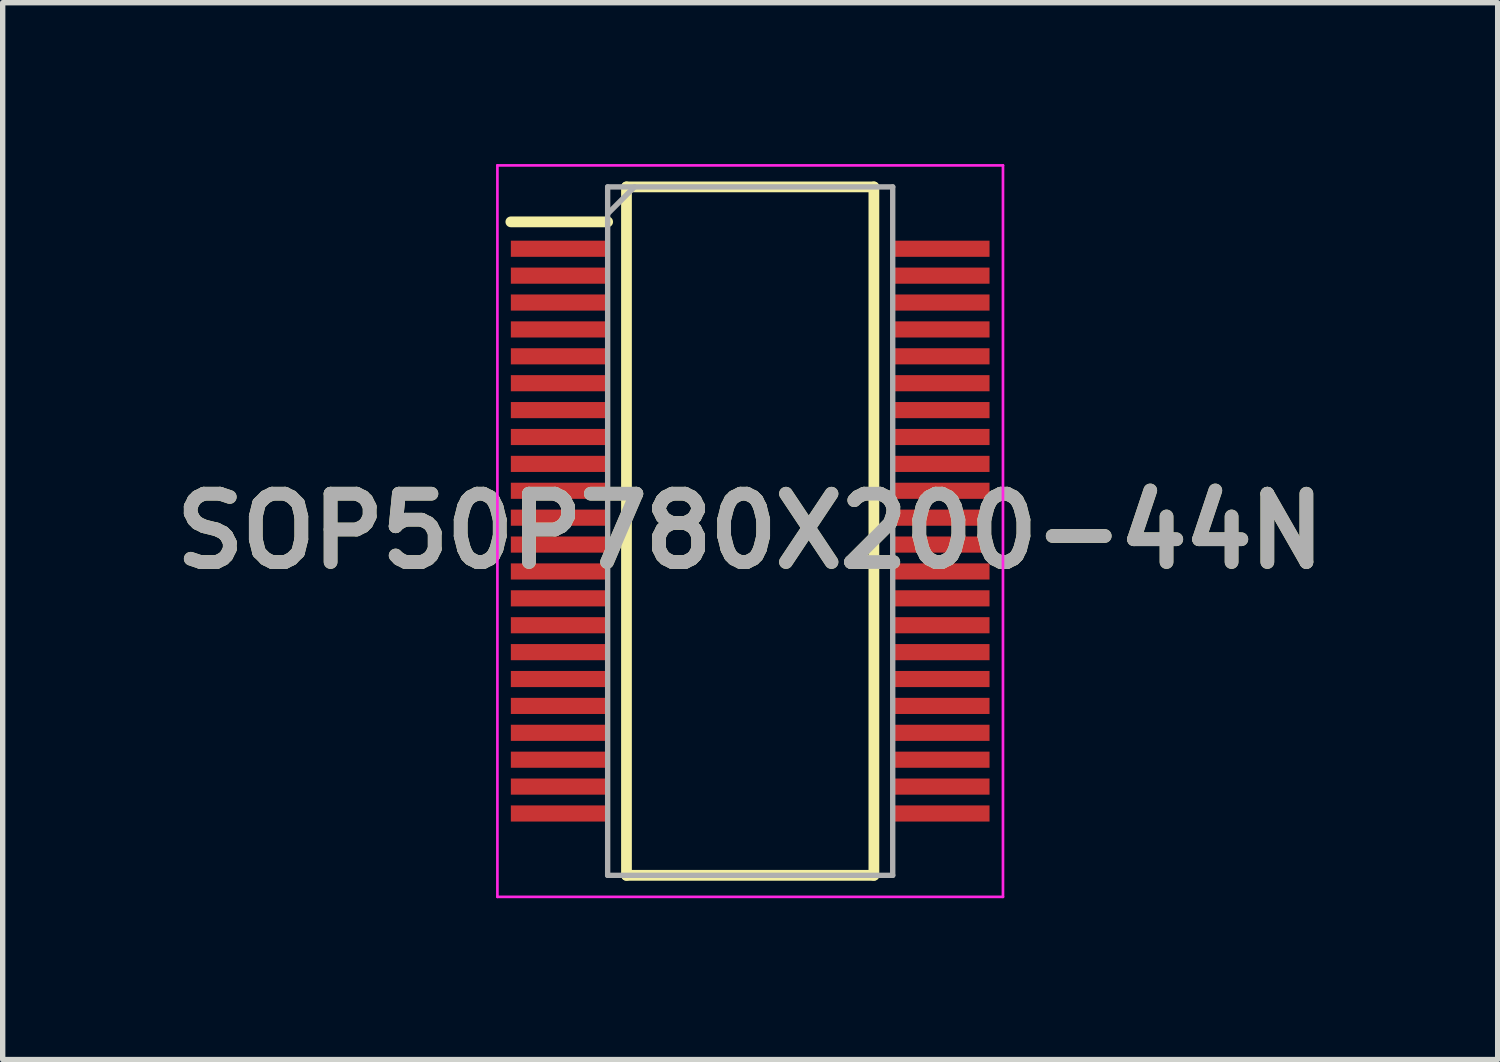
<source format=kicad_pcb>
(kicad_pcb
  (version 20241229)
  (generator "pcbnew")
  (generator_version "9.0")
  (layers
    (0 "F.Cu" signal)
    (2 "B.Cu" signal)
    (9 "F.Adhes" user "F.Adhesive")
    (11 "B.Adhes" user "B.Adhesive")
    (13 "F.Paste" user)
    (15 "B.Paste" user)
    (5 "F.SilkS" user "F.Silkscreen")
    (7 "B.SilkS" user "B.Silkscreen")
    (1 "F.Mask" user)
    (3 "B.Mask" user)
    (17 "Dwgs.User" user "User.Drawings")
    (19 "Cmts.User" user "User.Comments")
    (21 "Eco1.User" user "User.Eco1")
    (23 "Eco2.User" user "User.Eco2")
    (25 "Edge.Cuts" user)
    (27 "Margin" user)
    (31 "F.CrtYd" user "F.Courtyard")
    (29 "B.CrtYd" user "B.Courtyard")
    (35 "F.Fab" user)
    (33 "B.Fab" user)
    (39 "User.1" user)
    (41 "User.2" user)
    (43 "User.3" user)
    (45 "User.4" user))
  (footprint "SOP50P780X200-44N"
    (layer "F.Cu")
    (at 10.898 6.825)
    (property "Reference" "SOP50P780X200-44N" (at 0 0 0) (layer "F.SilkS") (effects (font (size 1.27 1.27) (thickness 0.254))))
    (attr smd)
    (fp_line (start -4.45 -5.75) (end -2.65 -5.75) (stroke (width 0.2) (type solid)) (layer "F.SilkS"))
    (fp_line (start -2.3 -6.4) (end 2.3 -6.4) (stroke (width 0.2) (type solid)) (layer "F.SilkS"))
    (fp_line (start -2.3 6.4) (end -2.3 -6.4) (stroke (width 0.2) (type solid)) (layer "F.SilkS"))
    (fp_line (start 2.3 -6.4) (end 2.3 6.4) (stroke (width 0.2) (type solid)) (layer "F.SilkS"))
    (fp_line (start 2.3 6.4) (end -2.3 6.4) (stroke (width 0.2) (type solid)) (layer "F.SilkS"))
    (fp_line (start -4.7 -6.8) (end 4.7 -6.8) (stroke (width 0.05) (type solid)) (layer "F.CrtYd"))
    (fp_line (start -4.7 6.8) (end -4.7 -6.8) (stroke (width 0.05) (type solid)) (layer "F.CrtYd"))
    (fp_line (start 4.7 -6.8) (end 4.7 6.8) (stroke (width 0.05) (type solid)) (layer "F.CrtYd"))
    (fp_line (start 4.7 6.8) (end -4.7 6.8) (stroke (width 0.05) (type solid)) (layer "F.CrtYd"))
    (fp_line (start -2.65 -6.4) (end 2.65 -6.4) (stroke (width 0.1) (type solid)) (layer "F.Fab"))
    (fp_line (start -2.65 -5.9) (end -2.15 -6.4) (stroke (width 0.1) (type solid)) (layer "F.Fab"))
    (fp_line (start -2.65 6.4) (end -2.65 -6.4) (stroke (width 0.1) (type solid)) (layer "F.Fab"))
    (fp_line (start 2.65 -6.4) (end 2.65 6.4) (stroke (width 0.1) (type solid)) (layer "F.Fab"))
    (fp_line (start 2.65 6.4) (end -2.65 6.4) (stroke (width 0.1) (type solid)) (layer "F.Fab"))
    (fp_text user "${REFERENCE}" (at 0 0 0) (layer "F.Fab") (effects (font (size 1.27 1.27) (thickness 0.254))))
    (pad "1" smd rect (at -3.55 -5.25 90) (size 0.3 1.8) (layers "F.Cu" "F.Mask" "F.Paste"))
    (pad "2" smd rect (at -3.55 -4.75 90) (size 0.3 1.8) (layers "F.Cu" "F.Mask" "F.Paste"))
    (pad "3" smd rect (at -3.55 -4.25 90) (size 0.3 1.8) (layers "F.Cu" "F.Mask" "F.Paste"))
    (pad "4" smd rect (at -3.55 -3.75 90) (size 0.3 1.8) (layers "F.Cu" "F.Mask" "F.Paste"))
    (pad "5" smd rect (at -3.55 -3.25 90) (size 0.3 1.8) (layers "F.Cu" "F.Mask" "F.Paste"))
    (pad "6" smd rect (at -3.55 -2.75 90) (size 0.3 1.8) (layers "F.Cu" "F.Mask" "F.Paste"))
    (pad "7" smd rect (at -3.55 -2.25 90) (size 0.3 1.8) (layers "F.Cu" "F.Mask" "F.Paste"))
    (pad "8" smd rect (at -3.55 -1.75 90) (size 0.3 1.8) (layers "F.Cu" "F.Mask" "F.Paste"))
    (pad "9" smd rect (at -3.55 -1.25 90) (size 0.3 1.8) (layers "F.Cu" "F.Mask" "F.Paste"))
    (pad "10" smd rect (at -3.55 -0.75 90) (size 0.3 1.8) (layers "F.Cu" "F.Mask" "F.Paste"))
    (pad "11" smd rect (at -3.55 -0.25 90) (size 0.3 1.8) (layers "F.Cu" "F.Mask" "F.Paste"))
    (pad "12" smd rect (at -3.55 0.25 90) (size 0.3 1.8) (layers "F.Cu" "F.Mask" "F.Paste"))
    (pad "13" smd rect (at -3.55 0.75 90) (size 0.3 1.8) (layers "F.Cu" "F.Mask" "F.Paste"))
    (pad "14" smd rect (at -3.55 1.25 90) (size 0.3 1.8) (layers "F.Cu" "F.Mask" "F.Paste"))
    (pad "15" smd rect (at -3.55 1.75 90) (size 0.3 1.8) (layers "F.Cu" "F.Mask" "F.Paste"))
    (pad "16" smd rect (at -3.55 2.25 90) (size 0.3 1.8) (layers "F.Cu" "F.Mask" "F.Paste"))
    (pad "17" smd rect (at -3.55 2.75 90) (size 0.3 1.8) (layers "F.Cu" "F.Mask" "F.Paste"))
    (pad "18" smd rect (at -3.55 3.25 90) (size 0.3 1.8) (layers "F.Cu" "F.Mask" "F.Paste"))
    (pad "19" smd rect (at -3.55 3.75 90) (size 0.3 1.8) (layers "F.Cu" "F.Mask" "F.Paste"))
    (pad "20" smd rect (at -3.55 4.25 90) (size 0.3 1.8) (layers "F.Cu" "F.Mask" "F.Paste"))
    (pad "21" smd rect (at -3.55 4.75 90) (size 0.3 1.8) (layers "F.Cu" "F.Mask" "F.Paste"))
    (pad "22" smd rect (at -3.55 5.25 90) (size 0.3 1.8) (layers "F.Cu" "F.Mask" "F.Paste"))
    (pad "23" smd rect (at 3.55 5.25 90) (size 0.3 1.8) (layers "F.Cu" "F.Mask" "F.Paste"))
    (pad "24" smd rect (at 3.55 4.75 90) (size 0.3 1.8) (layers "F.Cu" "F.Mask" "F.Paste"))
    (pad "25" smd rect (at 3.55 4.25 90) (size 0.3 1.8) (layers "F.Cu" "F.Mask" "F.Paste"))
    (pad "26" smd rect (at 3.55 3.75 90) (size 0.3 1.8) (layers "F.Cu" "F.Mask" "F.Paste"))
    (pad "27" smd rect (at 3.55 3.25 90) (size 0.3 1.8) (layers "F.Cu" "F.Mask" "F.Paste"))
    (pad "28" smd rect (at 3.55 2.75 90) (size 0.3 1.8) (layers "F.Cu" "F.Mask" "F.Paste"))
    (pad "29" smd rect (at 3.55 2.25 90) (size 0.3 1.8) (layers "F.Cu" "F.Mask" "F.Paste"))
    (pad "30" smd rect (at 3.55 1.75 90) (size 0.3 1.8) (layers "F.Cu" "F.Mask" "F.Paste"))
    (pad "31" smd rect (at 3.55 1.25 90) (size 0.3 1.8) (layers "F.Cu" "F.Mask" "F.Paste"))
    (pad "32" smd rect (at 3.55 0.75 90) (size 0.3 1.8) (layers "F.Cu" "F.Mask" "F.Paste"))
    (pad "33" smd rect (at 3.55 0.25 90) (size 0.3 1.8) (layers "F.Cu" "F.Mask" "F.Paste"))
    (pad "34" smd rect (at 3.55 -0.25 90) (size 0.3 1.8) (layers "F.Cu" "F.Mask" "F.Paste"))
    (pad "35" smd rect (at 3.55 -0.75 90) (size 0.3 1.8) (layers "F.Cu" "F.Mask" "F.Paste"))
    (pad "36" smd rect (at 3.55 -1.25 90) (size 0.3 1.8) (layers "F.Cu" "F.Mask" "F.Paste"))
    (pad "37" smd rect (at 3.55 -1.75 90) (size 0.3 1.8) (layers "F.Cu" "F.Mask" "F.Paste"))
    (pad "38" smd rect (at 3.55 -2.25 90) (size 0.3 1.8) (layers "F.Cu" "F.Mask" "F.Paste"))
    (pad "39" smd rect (at 3.55 -2.75 90) (size 0.3 1.8) (layers "F.Cu" "F.Mask" "F.Paste"))
    (pad "40" smd rect (at 3.55 -3.25 90) (size 0.3 1.8) (layers "F.Cu" "F.Mask" "F.Paste"))
    (pad "41" smd rect (at 3.55 -3.75 90) (size 0.3 1.8) (layers "F.Cu" "F.Mask" "F.Paste"))
    (pad "42" smd rect (at 3.55 -4.25 90) (size 0.3 1.8) (layers "F.Cu" "F.Mask" "F.Paste"))
    (pad "43" smd rect (at 3.55 -4.75 90) (size 0.3 1.8) (layers "F.Cu" "F.Mask" "F.Paste"))
    (pad "44" smd rect (at 3.55 -5.25 90) (size 0.3 1.8) (layers "F.Cu" "F.Mask" "F.Paste")))
  (gr_rect
    (start -3 -3)
    (end 24.796 16.65)
    (stroke (width 0.1) (type default))
    (fill no)
    (layer "Edge.Cuts")))
</source>
